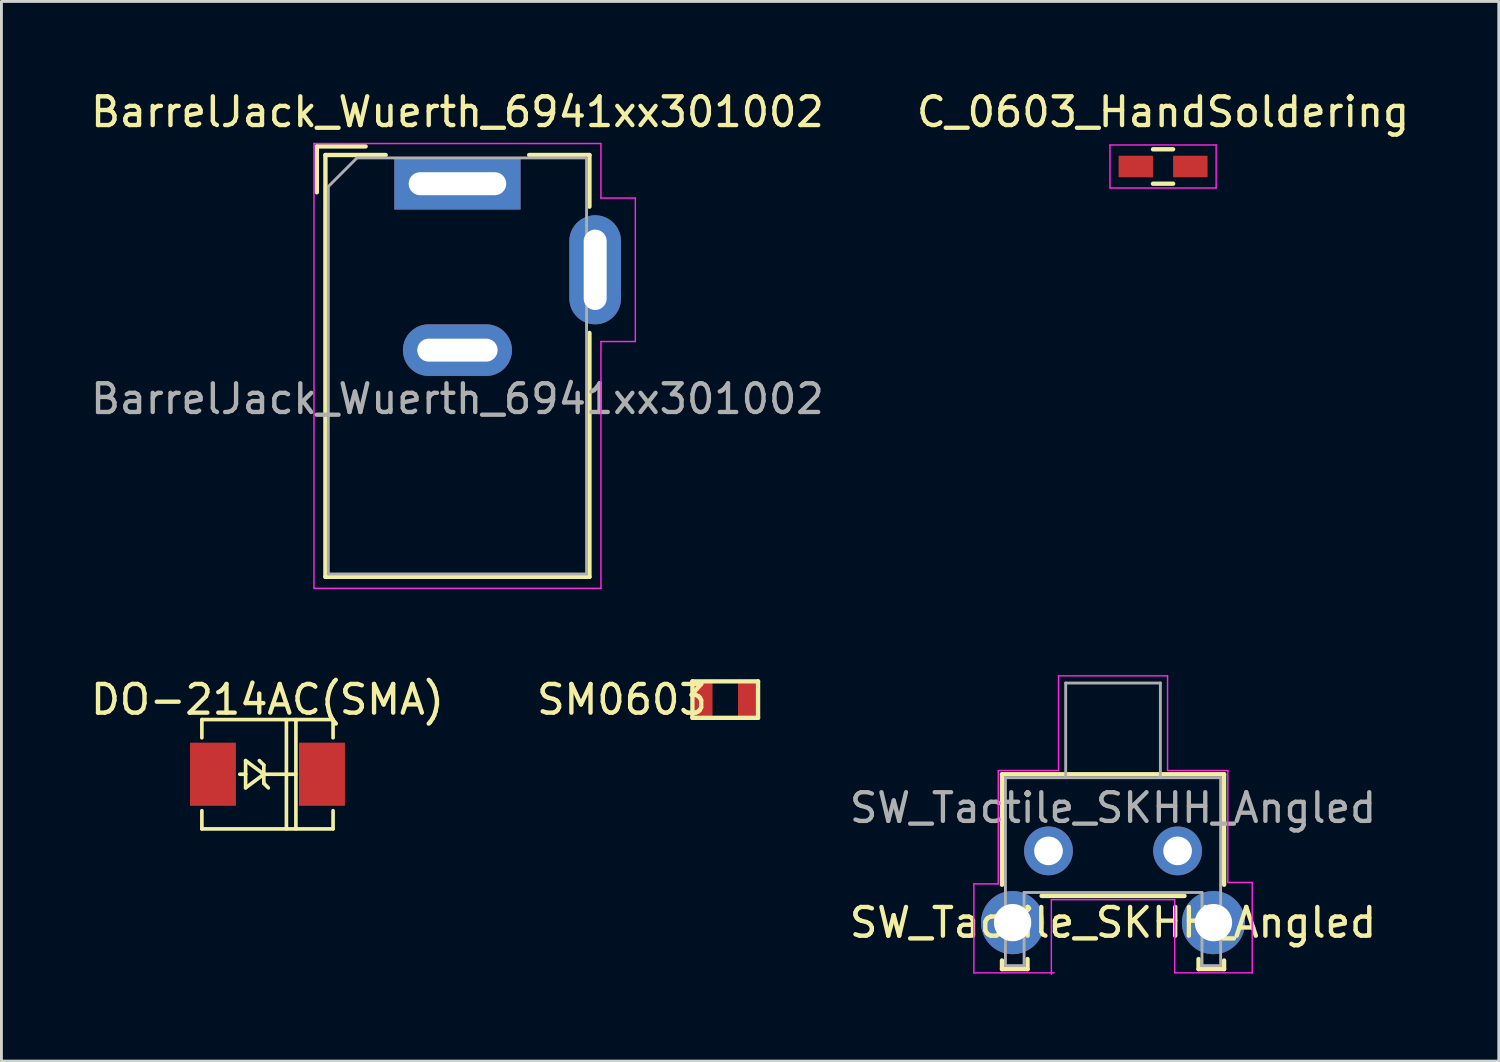
<source format=kicad_pcb>
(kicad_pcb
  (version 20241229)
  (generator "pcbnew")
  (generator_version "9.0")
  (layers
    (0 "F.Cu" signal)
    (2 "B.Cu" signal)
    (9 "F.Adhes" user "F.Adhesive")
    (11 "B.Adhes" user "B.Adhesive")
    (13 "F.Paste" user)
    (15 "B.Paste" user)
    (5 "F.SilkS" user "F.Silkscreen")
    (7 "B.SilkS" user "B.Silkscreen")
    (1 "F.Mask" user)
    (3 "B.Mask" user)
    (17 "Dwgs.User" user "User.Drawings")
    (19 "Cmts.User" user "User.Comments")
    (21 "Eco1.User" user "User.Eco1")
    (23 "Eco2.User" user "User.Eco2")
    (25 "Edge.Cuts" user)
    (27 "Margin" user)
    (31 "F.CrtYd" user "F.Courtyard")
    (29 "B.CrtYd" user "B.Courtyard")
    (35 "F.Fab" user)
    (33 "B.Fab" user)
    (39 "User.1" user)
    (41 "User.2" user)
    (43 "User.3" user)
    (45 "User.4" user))
  (footprint "SW_Tactile_SKHH_Angled"
    (layer "F.Cu")
    (at 33.488 26.602)
    (property "Reference" "SW_Tactile_SKHH_Angled" (at 2.25 2.5 0) (layer "F.SilkS") (effects (font (size 1 1) (thickness 0.152))))
    (attr through_hole)
    (fp_circle (center -1.25 2.5) (end -1.885 2.5) (stroke (width 0) (type solid)) (fill yes) (layer "F.Mask"))
    (fp_circle (center 0 0) (end -0.445 0) (stroke (width 0) (type solid)) (fill yes) (layer "F.Mask"))
    (fp_circle (center 4.5 0) (end 4.056 0) (stroke (width 0) (type solid)) (fill yes) (layer "F.Mask"))
    (fp_circle (center 5.75 2.5) (end 5.115 2.5) (stroke (width 0) (type solid)) (fill yes) (layer "F.Mask"))
    (fp_circle (center -1.25 2.5) (end -2.393 2.5) (stroke (width 0) (type solid)) (fill yes) (layer "B.Mask"))
    (fp_circle (center 0 0) (end -0.889 0) (stroke (width 0) (type solid)) (fill yes) (layer "B.Mask"))
    (fp_circle (center 4.5 0) (end 3.611 0) (stroke (width 0) (type solid)) (fill yes) (layer "B.Mask"))
    (fp_circle (center 5.75 2.5) (end 4.607 2.5) (stroke (width 0) (type solid)) (fill yes) (layer "B.Mask"))
    (fp_line (start -1.62 -2.67) (end -1.62 1.18) (stroke (width 0.152) (type solid)) (layer "F.SilkS"))
    (fp_line (start -1.62 3.82) (end -1.62 4.12) (stroke (width 0.152) (type solid)) (layer "F.SilkS"))
    (fp_line (start -0.73 4.12) (end -1.62 4.12) (stroke (width 0.152) (type solid)) (layer "F.SilkS"))
    (fp_line (start -0.73 4.12) (end -0.73 3.77) (stroke (width 0.152) (type solid)) (layer "F.SilkS"))
    (fp_line (start -0.24 1.57) (end 4.74 1.57) (stroke (width 0.152) (type solid)) (layer "F.SilkS"))
    (fp_line (start 5.23 4.12) (end 5.23 3.77) (stroke (width 0.152) (type solid)) (layer "F.SilkS"))
    (fp_line (start 6.12 -2.67) (end -1.62 -2.67) (stroke (width 0.152) (type solid)) (layer "F.SilkS"))
    (fp_line (start 6.12 1.18) (end 6.12 -2.67) (stroke (width 0.152) (type solid)) (layer "F.SilkS"))
    (fp_line (start 6.12 3.82) (end 6.12 4.12) (stroke (width 0.152) (type solid)) (layer "F.SilkS"))
    (fp_line (start 6.12 4.12) (end 5.23 4.12) (stroke (width 0.152) (type solid)) (layer "F.SilkS"))
    (fp_line (start -2.6 1.15) (end -1.75 1.15) (stroke (width 0.05) (type solid)) (layer "F.CrtYd"))
    (fp_line (start -2.6 4.25) (end -2.6 1.15) (stroke (width 0.05) (type solid)) (layer "F.CrtYd"))
    (fp_line (start -1.75 1.15) (end -1.75 -2.8) (stroke (width 0.05) (type solid)) (layer "F.CrtYd"))
    (fp_line (start 0.1 1.7) (end 4.4 1.7) (stroke (width 0.05) (type solid)) (layer "F.CrtYd"))
    (fp_line (start 0.1 4.3) (end 0.1 1.7) (stroke (width 0.05) (type solid)) (layer "F.CrtYd"))
    (fp_line (start 0.2 4.25) (end -2.6 4.25) (stroke (width 0.05) (type solid)) (layer "F.CrtYd"))
    (fp_line (start 0.35 -6.1) (end 0.35 -2.8) (stroke (width 0.05) (type solid)) (layer "F.CrtYd"))
    (fp_line (start 0.35 -2.8) (end -1.75 -2.8) (stroke (width 0.05) (type solid)) (layer "F.CrtYd"))
    (fp_line (start 4.15 -6.1) (end 0.35 -6.1) (stroke (width 0.05) (type solid)) (layer "F.CrtYd"))
    (fp_line (start 4.15 -2.8) (end 4.15 -6.1) (stroke (width 0.05) (type solid)) (layer "F.CrtYd"))
    (fp_line (start 4.4 1.7) (end 4.4 4.25) (stroke (width 0.05) (type solid)) (layer "F.CrtYd"))
    (fp_line (start 4.4 4.25) (end 7.1 4.25) (stroke (width 0.05) (type solid)) (layer "F.CrtYd"))
    (fp_line (start 6.25 -2.8) (end 4.15 -2.8) (stroke (width 0.05) (type solid)) (layer "F.CrtYd"))
    (fp_line (start 6.25 1.1) (end 6.25 -2.8) (stroke (width 0.05) (type solid)) (layer "F.CrtYd"))
    (fp_line (start 7.1 1.1) (end 6.25 1.1) (stroke (width 0.05) (type solid)) (layer "F.CrtYd"))
    (fp_line (start 7.1 4.25) (end 7.1 1.1) (stroke (width 0.05) (type solid)) (layer "F.CrtYd"))
    (fp_line (start -1.5 4) (end -1.5 -2.55) (stroke (width 0.1) (type solid)) (layer "F.Fab"))
    (fp_line (start -0.85 1.45) (end -0.85 4) (stroke (width 0.1) (type solid)) (layer "F.Fab"))
    (fp_line (start -0.85 4) (end -1.5 4) (stroke (width 0.1) (type solid)) (layer "F.Fab"))
    (fp_line (start 0.6 -5.85) (end 3.9 -5.85) (stroke (width 0.1) (type solid)) (layer "F.Fab"))
    (fp_line (start 0.6 -2.55) (end 0.6 -5.85) (stroke (width 0.1) (type solid)) (layer "F.Fab"))
    (fp_line (start 3.9 -2.55) (end 3.9 -5.85) (stroke (width 0.1) (type solid)) (layer "F.Fab"))
    (fp_line (start 5.35 1.45) (end -0.85 1.45) (stroke (width 0.1) (type solid)) (layer "F.Fab"))
    (fp_line (start 5.35 1.45) (end 5.35 4) (stroke (width 0.1) (type solid)) (layer "F.Fab"))
    (fp_line (start 6 -2.55) (end -1.5 -2.55) (stroke (width 0.1) (type solid)) (layer "F.Fab"))
    (fp_line (start 6 -2.55) (end 6 4) (stroke (width 0.1) (type solid)) (layer "F.Fab"))
    (fp_line (start 6 4) (end 5.35 4) (stroke (width 0.1) (type solid)) (layer "F.Fab"))
    (fp_text user "${REFERENCE}" (at 2.25 -1.5 0) (layer "F.Fab") (effects (font (size 1 1) (thickness 0.15))))
    (pad "" thru_hole circle (at -1.25 2.5 180) (size 2.2 2.2) (drill 1.3) (layers "*.Cu" "*.Mask"))
    (pad "" thru_hole circle (at 5.75 2.5 180) (size 2.2 2.2) (drill 1.3) (layers "*.Cu" "*.Mask"))
    (pad "1" thru_hole circle (at 0 0 180) (size 1.7 1.7) (drill 1) (layers "*.Cu" "*.Mask"))
    (pad "2" thru_hole circle (at 4.5 0 180) (size 1.7 1.7) (drill 1) (layers "*.Cu" "*.Mask")))
  (footprint "C_0603_HandSoldering"
    (layer "F.Cu")
    (at 37.481 2.752)
    (property "Reference" "C_0603_HandSoldering" (at 0 -1.9 0) (layer "F.SilkS") (effects (font (size 1 1) (thickness 0.152))))
    (attr smd)
    (fp_line (start -0.35 -0.6) (end 0.35 -0.6) (stroke (width 0.152) (type solid)) (layer "F.SilkS"))
    (fp_line (start 0.35 0.6) (end -0.35 0.6) (stroke (width 0.152) (type solid)) (layer "F.SilkS"))
    (fp_line (start -1.85 -0.75) (end -1.85 0.75) (stroke (width 0.05) (type solid)) (layer "F.CrtYd"))
    (fp_line (start -1.85 -0.75) (end 1.85 -0.75) (stroke (width 0.05) (type solid)) (layer "F.CrtYd"))
    (fp_line (start -1.85 0.75) (end 1.85 0.75) (stroke (width 0.05) (type solid)) (layer "F.CrtYd"))
    (fp_line (start 1.85 -0.75) (end 1.85 0.75) (stroke (width 0.05) (type solid)) (layer "F.CrtYd"))
    (pad "1" smd rect (at -0.95 0) (size 1.2 0.75) (layers "F.Cu" "F.Mask" "F.Paste"))
    (pad "2" smd rect (at 0.95 0) (size 1.2 0.75) (layers "F.Cu" "F.Mask" "F.Paste")))
  (footprint "SM0603"
    (layer "F.Cu")
    (at 22.224 21.33)
    (property "Reference" "SM0603" (at -3.6 0 0) (layer "F.SilkS") (effects (font (size 1 1) (thickness 0.152))))
    (attr smd)
    (fp_line (start -1.143 -0.635) (end 1.143 -0.635) (stroke (width 0.152) (type solid)) (layer "F.SilkS"))
    (fp_line (start -1.143 0.635) (end -1.143 -0.635) (stroke (width 0.152) (type solid)) (layer "F.SilkS"))
    (fp_line (start 1.143 -0.635) (end 1.143 0.635) (stroke (width 0.152) (type solid)) (layer "F.SilkS"))
    (fp_line (start 1.143 0.635) (end -1.143 0.635) (stroke (width 0.152) (type solid)) (layer "F.SilkS"))
    (pad "1" smd rect (at -0.762 0) (size 0.635 1.143) (layers "F.Cu" "F.Mask" "F.Paste"))
    (pad "2" smd rect (at 0.762 0) (size 0.635 1.143) (layers "F.Cu" "F.Mask" "F.Paste")))
  (footprint "BarrelJack_Wuerth_6941xx301002"
    (layer "F.Cu")
    (at 12.891 3.352)
    (property "Reference" "BarrelJack_Wuerth_6941xx301002" (at 0 -2.5 0) (layer "F.SilkS") (effects (font (size 1 1) (thickness 0.152))))
    (attr through_hole)
    (fp_line (start -4.9 -1.3) (end -4.9 0.3) (stroke (width 0.152) (type solid)) (layer "F.SilkS"))
    (fp_line (start -4.6 -1) (end -2.5 -1) (stroke (width 0.152) (type solid)) (layer "F.SilkS"))
    (fp_line (start -4.6 13.7) (end -4.6 -1) (stroke (width 0.152) (type solid)) (layer "F.SilkS"))
    (fp_line (start -3.2 -1.3) (end -4.9 -1.3) (stroke (width 0.152) (type solid)) (layer "F.SilkS"))
    (fp_line (start 2.5 -1) (end 4.6 -1) (stroke (width 0.152) (type solid)) (layer "F.SilkS"))
    (fp_line (start 4.6 -1) (end 4.6 0.8) (stroke (width 0.152) (type solid)) (layer "F.SilkS"))
    (fp_line (start 4.6 5.2) (end 4.6 13.7) (stroke (width 0.152) (type solid)) (layer "F.SilkS"))
    (fp_line (start 4.6 13.7) (end -4.6 13.7) (stroke (width 0.152) (type solid)) (layer "F.SilkS"))
    (fp_line (start -5 -1.4) (end -5 14.1) (stroke (width 0.05) (type solid)) (layer "F.CrtYd"))
    (fp_line (start -5 14.1) (end 5 14.1) (stroke (width 0.05) (type solid)) (layer "F.CrtYd"))
    (fp_line (start 5 -1.4) (end -5 -1.4) (stroke (width 0.05) (type solid)) (layer "F.CrtYd"))
    (fp_line (start 5 0.5) (end 5 -1.4) (stroke (width 0.05) (type solid)) (layer "F.CrtYd"))
    (fp_line (start 5 14.1) (end 5 5.5) (stroke (width 0.05) (type solid)) (layer "F.CrtYd"))
    (fp_line (start 6.2 0.5) (end 5 0.5) (stroke (width 0.05) (type solid)) (layer "F.CrtYd"))
    (fp_line (start 6.2 0.5) (end 6.2 5.5) (stroke (width 0.05) (type solid)) (layer "F.CrtYd"))
    (fp_line (start 6.2 5.5) (end 5 5.5) (stroke (width 0.05) (type solid)) (layer "F.CrtYd"))
    (fp_line (start -4.5 0.1) (end -3.5 -0.9) (stroke (width 0.1) (type solid)) (layer "F.Fab"))
    (fp_line (start -4.5 13.6) (end -4.5 0.1) (stroke (width 0.1) (type solid)) (layer "F.Fab"))
    (fp_line (start 4.5 -0.9) (end -3.5 -0.9) (stroke (width 0.1) (type solid)) (layer "F.Fab"))
    (fp_line (start 4.5 -0.9) (end 4.5 13.6) (stroke (width 0.1) (type solid)) (layer "F.Fab"))
    (fp_line (start 4.5 13.6) (end -4.5 13.6) (stroke (width 0.1) (type solid)) (layer "F.Fab"))
    (fp_text user "${REFERENCE}" (at 0 7.5 0) (layer "F.Fab") (effects (font (size 1 1) (thickness 0.152))))
    (pad "1" thru_hole rect (at 0 0) (size 4.4 1.8) (drill oval 3.4 0.8) (layers "*.Cu" "*.Mask"))
    (pad "2" thru_hole oval (at 0 5.8) (size 3.8 1.8) (drill oval 2.8 0.8) (layers "*.Cu" "*.Mask"))
    (pad "3" thru_hole oval (at 4.8 3 90) (size 3.8 1.8) (drill oval 2.8 0.8) (layers "*.Cu" "*.Mask")))
  (footprint "DO-214AC(SMA)"
    (layer "F.Cu")
    (at 6.271 23.931)
    (property "Reference" "DO-214AC(SMA)" (at 0 -2.601 0) (layer "F.SilkS") (effects (font (size 1 1) (thickness 0.152))))
    (attr smd)
    (fp_line (start -2.286 -1.905) (end 2.286 -1.905) (stroke (width 0.127) (type solid)) (layer "F.SilkS"))
    (fp_line (start -2.286 -1.27) (end -2.286 -1.905) (stroke (width 0.127) (type solid)) (layer "F.SilkS"))
    (fp_line (start -2.286 1.27) (end -2.286 1.905) (stroke (width 0.127) (type solid)) (layer "F.SilkS"))
    (fp_line (start -2.286 1.905) (end 2.286 1.905) (stroke (width 0.127) (type solid)) (layer "F.SilkS"))
    (fp_line (start -0.762 -0.475) (end -0.762 0) (stroke (width 0.127) (type solid)) (layer "F.SilkS"))
    (fp_line (start -0.762 0) (end -0.965 0) (stroke (width 0.127) (type solid)) (layer "F.SilkS"))
    (fp_line (start -0.762 0) (end -0.762 0.475) (stroke (width 0.127) (type solid)) (layer "F.SilkS"))
    (fp_line (start -0.762 0.475) (end -0.127 0) (stroke (width 0.127) (type solid)) (layer "F.SilkS"))
    (fp_line (start -0.127 -0.318) (end -0.284 -0.475) (stroke (width 0.127) (type solid)) (layer "F.SilkS"))
    (fp_line (start -0.127 0) (end -0.762 -0.475) (stroke (width 0.127) (type solid)) (layer "F.SilkS"))
    (fp_line (start -0.127 0) (end -0.127 -0.318) (stroke (width 0.127) (type solid)) (layer "F.SilkS"))
    (fp_line (start -0.127 0) (end -0.127 0.318) (stroke (width 0.127) (type solid)) (layer "F.SilkS"))
    (fp_line (start -0.127 0) (end 0.983 0) (stroke (width 0.127) (type solid)) (layer "F.SilkS"))
    (fp_line (start -0.127 0.318) (end 0.03 0.475) (stroke (width 0.127) (type solid)) (layer "F.SilkS"))
    (fp_line (start 0.66 1.905) (end 0.66 -1.905) (stroke (width 0.127) (type solid)) (layer "F.SilkS"))
    (fp_line (start 0.991 1.905) (end 0.991 -1.905) (stroke (width 0.127) (type solid)) (layer "F.SilkS"))
    (fp_line (start 2.286 -1.905) (end 2.286 -1.27) (stroke (width 0.127) (type solid)) (layer "F.SilkS"))
    (fp_line (start 2.286 1.905) (end 2.286 1.27) (stroke (width 0.127) (type solid)) (layer "F.SilkS"))
    (pad "1" smd rect (at -1.9 0) (size 1.6 2.2) (layers "F.Cu" "F.Mask" "F.Paste"))
    (pad "2" smd rect (at 1.9 0) (size 1.6 2.2) (layers "F.Cu" "F.Mask" "F.Paste")))
  (gr_rect
    (start -3 -3)
    (end 49.181 33.927)
    (stroke (width 0.1) (type default))
    (fill no)
    (layer "Edge.Cuts")))
</source>
